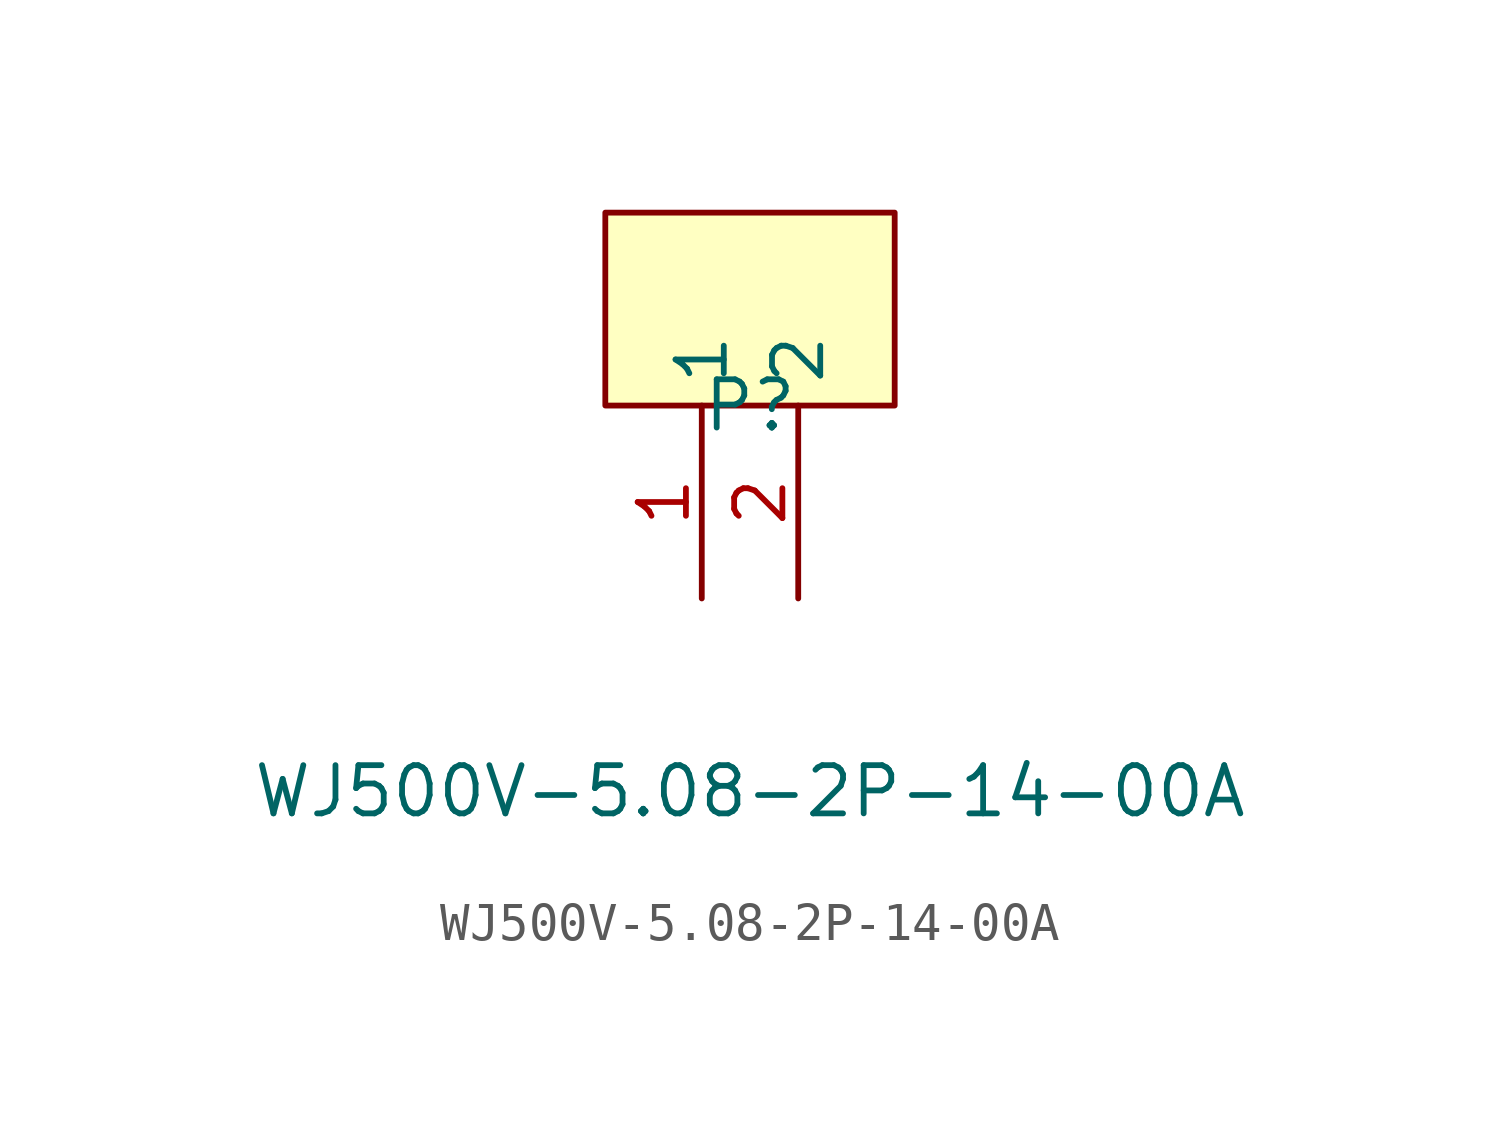
<source format=kicad_sym>
(kicad_symbol_lib
  (version 20241209)
  (generator "kicad_symbol_editor")
  (generator_version "9.0")
  (symbol "WJ500V-5.08-2P-14-00A"
    (property "Reference" "P"
      (at 0 0 0)
      (effects (font (size 1.27 1.27))))
    (property "Value" "WJ500V-5.08-2P-14-00A"
      (at 0 -10.16 0)
      (effects (font (size 1.27 1.27))))
    (symbol "WJ500V-5.08-2P-14-00A_0_1"
      (rectangle (start -3.81 5.08) (end 3.81 0) (stroke (width 0) (type default)) (fill (type background)))
      (pin unspecified line (at -1.27 -5.08 90) (length 5.08) (name "1" (effects (font (size 1.27 1.27)))) (number "1" (effects (font (size 1.27 1.27)))))
      (pin unspecified line (at 1.27 -5.08 90) (length 5.08) (name "2" (effects (font (size 1.27 1.27)))) (number "2" (effects (font (size 1.27 1.27))))))))
</source>
